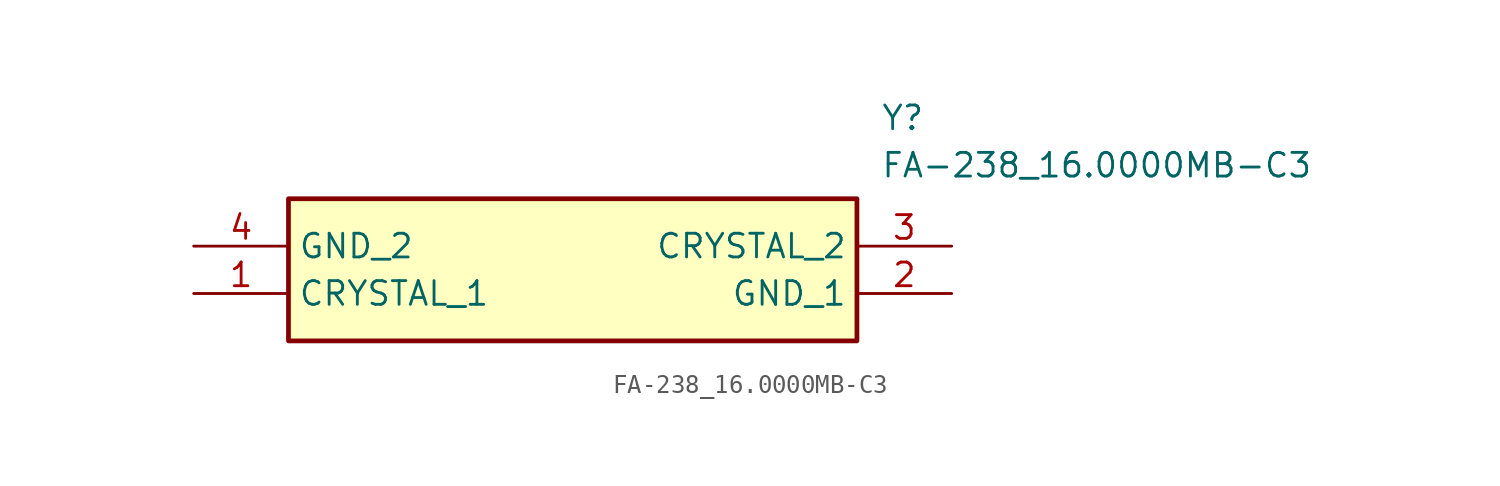
<source format=kicad_sym>
(kicad_symbol_lib
  (version 20211014)
  (generator SamacSys_ECAD_Model)
  (symbol "FA-238_16.0000MB-C3"
    (property "Reference" "Y"
      (at 36.83 7.62 0)
      (effects (font (size 1.27 1.27)) (justify left top)))
    (property "Value" "FA-238_16.0000MB-C3"
      (at 36.83 5.08 0)
      (effects (font (size 1.27 1.27)) (justify left top)))
    (rectangle
      (start 5.08 2.54)
      (end 35.56 -5.08)
      (stroke (width 0.254) (type default))
      (fill (type background)))
    (pin passive line
      (at 0 -2.54 0)
      (length 5.08)
      (name "CRYSTAL_1" (effects (font (size 1.27 1.27))))
      (number "1" (effects (font (size 1.27 1.27)))))
    (pin passive line
      (at 40.64 -2.54 180)
      (length 5.08)
      (name "GND_1" (effects (font (size 1.27 1.27))))
      (number "2" (effects (font (size 1.27 1.27)))))
    (pin passive line
      (at 40.64 0 180)
      (length 5.08)
      (name "CRYSTAL_2" (effects (font (size 1.27 1.27))))
      (number "3" (effects (font (size 1.27 1.27)))))
    (pin passive line
      (at 0 0 0)
      (length 5.08)
      (name "GND_2" (effects (font (size 1.27 1.27))))
      (number "4" (effects (font (size 1.27 1.27)))))))
</source>
